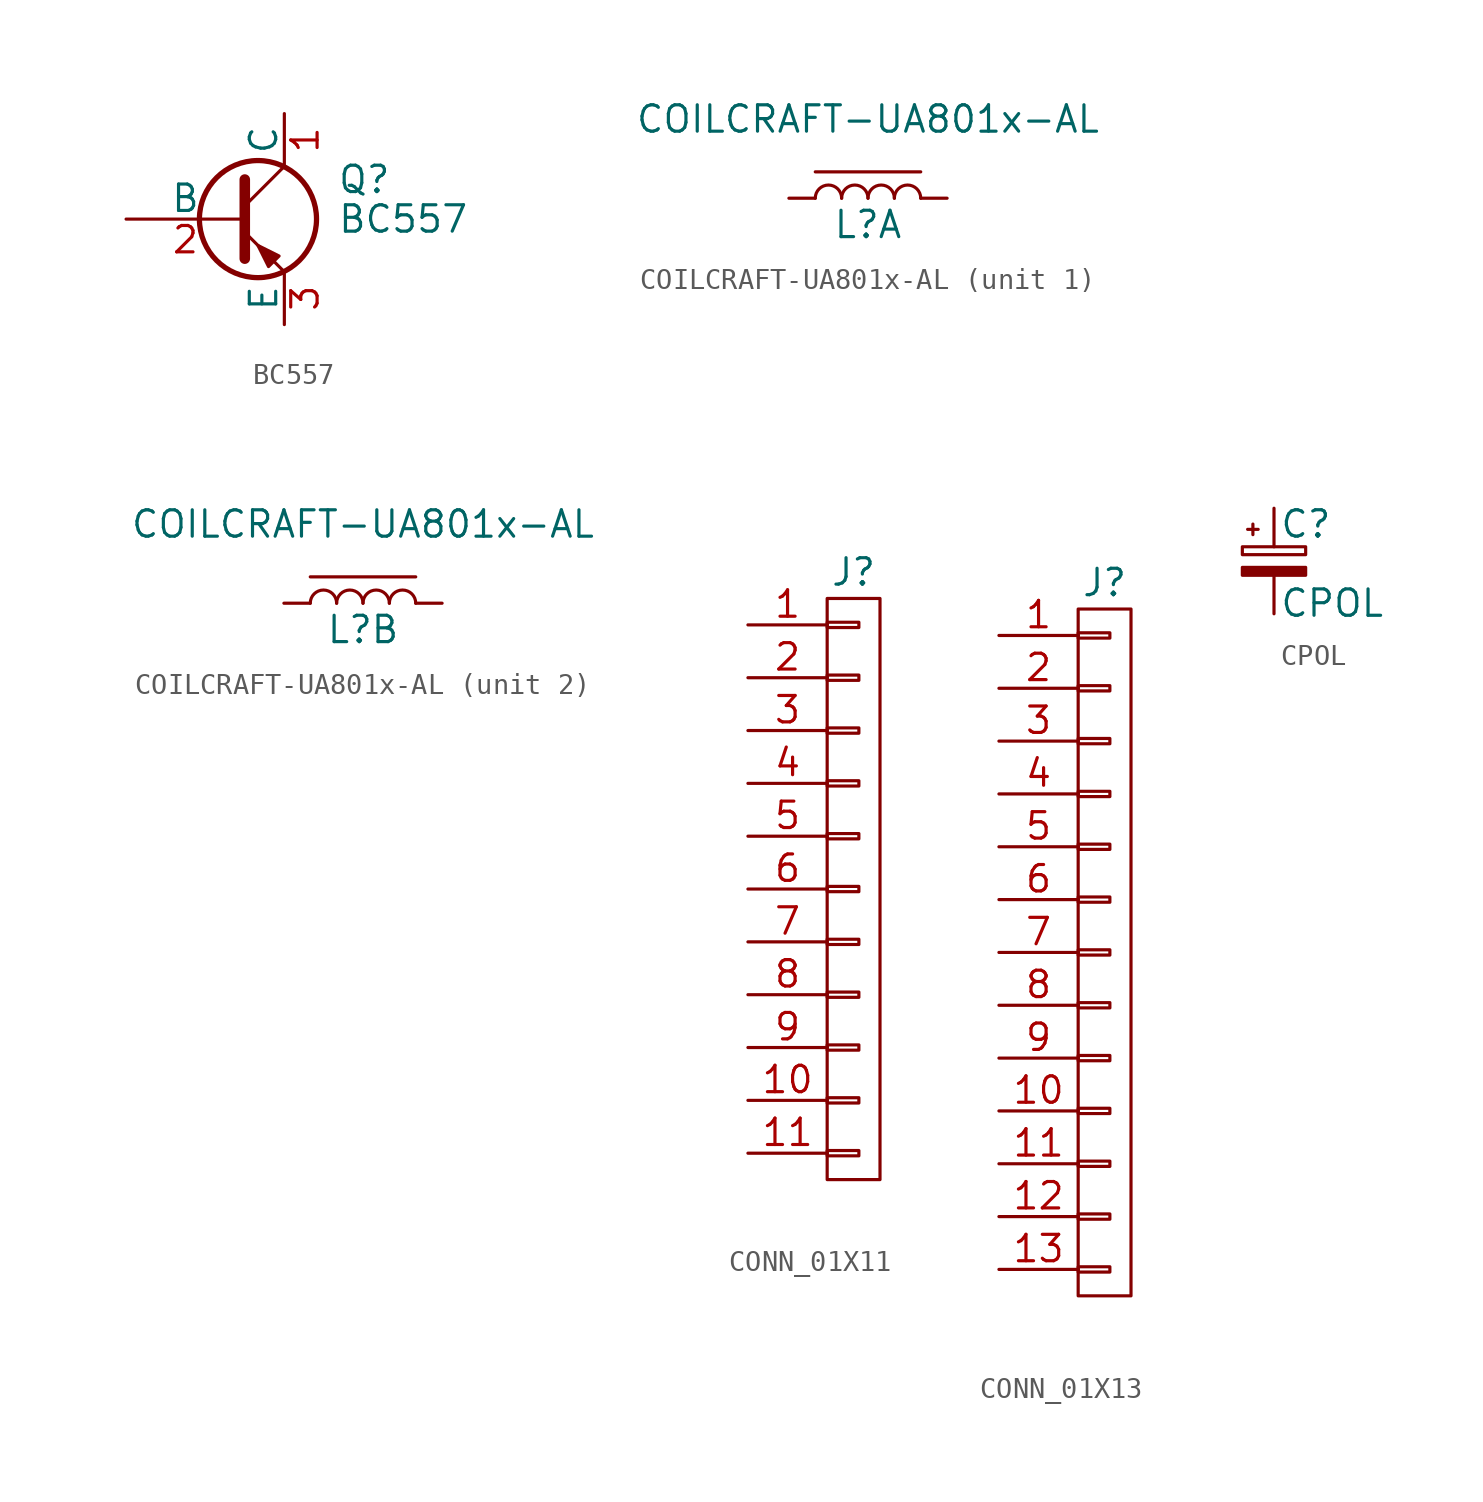
<source format=kicad_sym>
(kicad_symbol_lib
  (version 20211014)
  (generator kicad_symbol_editor)
  (symbol "BC557"
    (pin_names
      (offset 0))
    (property "Reference" "Q"
      (at 5.08 1.905 0)
      (effects (font (size 1.27 1.27)) (justify left)))
    (property "Value" "BC557"
      (at 5.08 0 0)
      (effects (font (size 1.27 1.27)) (justify left)))
    (symbol "BC557_0_1"
      (polyline (pts (xy 0.635 0.635) (xy 2.54 2.54)) (stroke (width 0) (type default) (color 0 0 0 0)) (fill (type none)))
      (polyline (pts (xy 0.635 -0.635) (xy 2.54 -2.54) (xy 2.54 -2.54)) (stroke (width 0) (type default) (color 0 0 0 0)) (fill (type none)))
      (polyline (pts (xy 0.635 1.905) (xy 0.635 -1.905) (xy 0.635 -1.905)) (stroke (width 0.508) (type default) (color 0 0 0 0)) (fill (type none)))
      (polyline (pts (xy 2.286 -1.778) (xy 1.778 -2.286) (xy 1.27 -1.27) (xy 2.286 -1.778) (xy 2.286 -1.778)) (stroke (width 0) (type default) (color 0 0 0 0)) (fill (type outline)))
      (circle (center 1.27 0) (radius 2.819) (stroke (width 0.254) (type default) (color 0 0 0 0)) (fill (type none))))
    (symbol "BC557_1_1"
      (pin passive line (at 2.54 5.08 270) (length 2.54) (name "C" (effects (font (size 1.27 1.27)))) (number "1" (effects (font (size 1.27 1.27)))))
      (pin input line (at -5.08 0 0) (length 5.715) (name "B" (effects (font (size 1.27 1.27)))) (number "2" (effects (font (size 1.27 1.27)))))
      (pin passive line (at 2.54 -5.08 90) (length 2.54) (name "E" (effects (font (size 1.27 1.27)))) (number "3" (effects (font (size 1.27 1.27)))))))
  (symbol "COILCRAFT-UA801x-AL"
    (pin_numbers hide)
    (pin_names
      (offset 1.016))
    (property "Reference" "L"
      (at 0 -1.27 0)
      (effects (font (size 1.27 1.27))))
    (property "Value" "COILCRAFT-UA801x-AL"
      (at 0 3.81 0)
      (effects (font (size 1.27 1.27))))
    (symbol "COILCRAFT-UA801x-AL_0_1"
      (polyline (pts (xy -2.54 1.27) (xy 2.54 1.27)) (stroke (width 0) (type default) (color 0 0 0 0)) (fill (type none))))
    (symbol "COILCRAFT-UA801x-AL_1_1"
      (arc (start -1.27 0) (mid -1.905 0.635) (end -2.54 0) (stroke (width 0) (type default) (color 0 0 0 0)) (fill (type none)))
      (arc (start 0 0) (mid -0.635 0.635) (end -1.27 0) (stroke (width 0) (type default) (color 0 0 0 0)) (fill (type none)))
      (arc (start 1.27 0) (mid 0.635 0.635) (end 0 0) (stroke (width 0) (type default) (color 0 0 0 0)) (fill (type none)))
      (arc (start 2.54 0) (mid 1.905 0.635) (end 1.27 0) (stroke (width 0) (type default) (color 0 0 0 0)) (fill (type none)))
      (pin passive line (at -3.81 0 0) (length 1.27) (name "~" (effects (font (size 1.27 1.27)))) (number "1" (effects (font (size 1.27 1.27)))))
      (pin passive line (at 3.81 0 180) (length 1.27) (name "~" (effects (font (size 1.27 1.27)))) (number "2" (effects (font (size 1.27 1.27))))))
    (symbol "COILCRAFT-UA801x-AL_2_1"
      (arc (start -1.27 0) (mid -1.905 0.635) (end -2.54 0) (stroke (width 0) (type default) (color 0 0 0 0)) (fill (type none)))
      (arc (start 0 0) (mid -0.635 0.635) (end -1.27 0) (stroke (width 0) (type default) (color 0 0 0 0)) (fill (type none)))
      (arc (start 1.27 0) (mid 0.635 0.635) (end 0 0) (stroke (width 0) (type default) (color 0 0 0 0)) (fill (type none)))
      (arc (start 2.54 0) (mid 1.905 0.635) (end 1.27 0) (stroke (width 0) (type default) (color 0 0 0 0)) (fill (type none)))
      (pin passive line (at -3.81 0 0) (length 1.27) (name "~" (effects (font (size 1.27 1.27)))) (number "3" (effects (font (size 1.27 1.27)))))
      (pin passive line (at 3.81 0 180) (length 1.27) (name "~" (effects (font (size 1.27 1.27)))) (number "4" (effects (font (size 1.27 1.27)))))))
  (symbol "CONN_01X11"
    (pin_names
      (offset 1.016) hide)
    (property "Reference" "J"
      (at 0 15.24 0)
      (effects (font (size 1.27 1.27))))
    (symbol "CONN_01X11_0_1"
      (rectangle (start -1.27 5.207) (end 0.254 4.953) (stroke (width 0) (type default) (color 0 0 0 0)) (fill (type none)))
      (rectangle (start -1.27 7.747) (end 0.254 7.493) (stroke (width 0) (type default) (color 0 0 0 0)) (fill (type none)))
      (rectangle (start -1.27 13.97) (end 1.27 -13.97) (stroke (width 0) (type default) (color 0 0 0 0)) (fill (type none))))
    (symbol "CONN_01X11_1_1"
      (rectangle (start -1.27 -12.573) (end 0.254 -12.827) (stroke (width 0) (type default) (color 0 0 0 0)) (fill (type none)))
      (rectangle (start -1.27 -10.033) (end 0.254 -10.287) (stroke (width 0) (type default) (color 0 0 0 0)) (fill (type none)))
      (rectangle (start -1.27 -7.493) (end 0.254 -7.747) (stroke (width 0) (type default) (color 0 0 0 0)) (fill (type none)))
      (rectangle (start -1.27 -4.953) (end 0.254 -5.207) (stroke (width 0) (type default) (color 0 0 0 0)) (fill (type none)))
      (rectangle (start -1.27 -2.413) (end 0.254 -2.667) (stroke (width 0) (type default) (color 0 0 0 0)) (fill (type none)))
      (rectangle (start -1.27 0.127) (end 0.254 -0.127) (stroke (width 0) (type default) (color 0 0 0 0)) (fill (type none)))
      (rectangle (start -1.27 2.667) (end 0.254 2.413) (stroke (width 0) (type default) (color 0 0 0 0)) (fill (type none)))
      (rectangle (start -1.27 10.287) (end 0.254 10.033) (stroke (width 0) (type default) (color 0 0 0 0)) (fill (type none)))
      (rectangle (start -1.27 12.827) (end 0.254 12.573) (stroke (width 0) (type default) (color 0 0 0 0)) (fill (type none)))
      (pin passive line (at -5.08 12.7 0) (length 3.81) (name "P1" (effects (font (size 1.27 1.27)))) (number "1" (effects (font (size 1.27 1.27)))))
      (pin passive line (at -5.08 -10.16 0) (length 3.81) (name "~" (effects (font (size 1.27 1.27)))) (number "10" (effects (font (size 1.27 1.27)))))
      (pin passive line (at -5.08 -12.7 0) (length 3.81) (name "~" (effects (font (size 1.27 1.27)))) (number "11" (effects (font (size 1.27 1.27)))))
      (pin passive line (at -5.08 10.16 0) (length 3.81) (name "P2" (effects (font (size 1.27 1.27)))) (number "2" (effects (font (size 1.27 1.27)))))
      (pin passive line (at -5.08 7.62 0) (length 3.81) (name "~" (effects (font (size 1.27 1.27)))) (number "3" (effects (font (size 1.27 1.27)))))
      (pin passive line (at -5.08 5.08 0) (length 3.81) (name "~" (effects (font (size 1.27 1.27)))) (number "4" (effects (font (size 1.27 1.27)))))
      (pin passive line (at -5.08 2.54 0) (length 3.81) (name "~" (effects (font (size 1.27 1.27)))) (number "5" (effects (font (size 1.27 1.27)))))
      (pin passive line (at -5.08 0 0) (length 3.81) (name "~" (effects (font (size 1.27 1.27)))) (number "6" (effects (font (size 1.27 1.27)))))
      (pin passive line (at -5.08 -2.54 0) (length 3.81) (name "~" (effects (font (size 1.27 1.27)))) (number "7" (effects (font (size 1.27 1.27)))))
      (pin passive line (at -5.08 -5.08 0) (length 3.81) (name "~" (effects (font (size 1.27 1.27)))) (number "8" (effects (font (size 1.27 1.27)))))
      (pin passive line (at -5.08 -7.62 0) (length 3.81) (name "~" (effects (font (size 1.27 1.27)))) (number "9" (effects (font (size 1.27 1.27)))))))
  (symbol "CONN_01X13"
    (pin_names
      (offset 1.016) hide)
    (property "Reference" "J"
      (at 0 17.78 0)
      (effects (font (size 1.27 1.27))))
    (symbol "CONN_01X13_0_1"
      (rectangle (start -1.27 7.747) (end 0.254 7.493) (stroke (width 0) (type default) (color 0 0 0 0)) (fill (type none)))
      (rectangle (start -1.27 10.287) (end 0.254 10.033) (stroke (width 0) (type default) (color 0 0 0 0)) (fill (type none)))
      (rectangle (start -1.27 16.51) (end 1.27 -16.51) (stroke (width 0) (type default) (color 0 0 0 0)) (fill (type none))))
    (symbol "CONN_01X13_1_1"
      (rectangle (start -1.27 -15.113) (end 0.254 -15.367) (stroke (width 0) (type default) (color 0 0 0 0)) (fill (type none)))
      (rectangle (start -1.27 -12.573) (end 0.254 -12.827) (stroke (width 0) (type default) (color 0 0 0 0)) (fill (type none)))
      (rectangle (start -1.27 -10.033) (end 0.254 -10.287) (stroke (width 0) (type default) (color 0 0 0 0)) (fill (type none)))
      (rectangle (start -1.27 -7.493) (end 0.254 -7.747) (stroke (width 0) (type default) (color 0 0 0 0)) (fill (type none)))
      (rectangle (start -1.27 -4.953) (end 0.254 -5.207) (stroke (width 0) (type default) (color 0 0 0 0)) (fill (type none)))
      (rectangle (start -1.27 -2.413) (end 0.254 -2.667) (stroke (width 0) (type default) (color 0 0 0 0)) (fill (type none)))
      (rectangle (start -1.27 0.127) (end 0.254 -0.127) (stroke (width 0) (type default) (color 0 0 0 0)) (fill (type none)))
      (rectangle (start -1.27 2.667) (end 0.254 2.413) (stroke (width 0) (type default) (color 0 0 0 0)) (fill (type none)))
      (rectangle (start -1.27 5.207) (end 0.254 4.953) (stroke (width 0) (type default) (color 0 0 0 0)) (fill (type none)))
      (rectangle (start -1.27 12.827) (end 0.254 12.573) (stroke (width 0) (type default) (color 0 0 0 0)) (fill (type none)))
      (rectangle (start -1.27 15.367) (end 0.254 15.113) (stroke (width 0) (type default) (color 0 0 0 0)) (fill (type none)))
      (pin passive line (at -5.08 15.24 0) (length 3.81) (name "P1" (effects (font (size 1.27 1.27)))) (number "1" (effects (font (size 1.27 1.27)))))
      (pin passive line (at -5.08 -7.62 0) (length 3.81) (name "~" (effects (font (size 1.27 1.27)))) (number "10" (effects (font (size 1.27 1.27)))))
      (pin passive line (at -5.08 -10.16 0) (length 3.81) (name "~" (effects (font (size 1.27 1.27)))) (number "11" (effects (font (size 1.27 1.27)))))
      (pin passive line (at -5.08 -12.7 0) (length 3.81) (name "~" (effects (font (size 1.27 1.27)))) (number "12" (effects (font (size 1.27 1.27)))))
      (pin passive line (at -5.08 -15.24 0) (length 3.81) (name "~" (effects (font (size 1.27 1.27)))) (number "13" (effects (font (size 1.27 1.27)))))
      (pin passive line (at -5.08 12.7 0) (length 3.81) (name "P2" (effects (font (size 1.27 1.27)))) (number "2" (effects (font (size 1.27 1.27)))))
      (pin passive line (at -5.08 10.16 0) (length 3.81) (name "~" (effects (font (size 1.27 1.27)))) (number "3" (effects (font (size 1.27 1.27)))))
      (pin passive line (at -5.08 7.62 0) (length 3.81) (name "~" (effects (font (size 1.27 1.27)))) (number "4" (effects (font (size 1.27 1.27)))))
      (pin passive line (at -5.08 5.08 0) (length 3.81) (name "~" (effects (font (size 1.27 1.27)))) (number "5" (effects (font (size 1.27 1.27)))))
      (pin passive line (at -5.08 2.54 0) (length 3.81) (name "~" (effects (font (size 1.27 1.27)))) (number "6" (effects (font (size 1.27 1.27)))))
      (pin passive line (at -5.08 0 0) (length 3.81) (name "~" (effects (font (size 1.27 1.27)))) (number "7" (effects (font (size 1.27 1.27)))))
      (pin passive line (at -5.08 -2.54 0) (length 3.81) (name "~" (effects (font (size 1.27 1.27)))) (number "8" (effects (font (size 1.27 1.27)))))
      (pin passive line (at -5.08 -5.08 0) (length 3.81) (name "~" (effects (font (size 1.27 1.27)))) (number "9" (effects (font (size 1.27 1.27)))))))
  (symbol "CPOL"
    (pin_numbers hide)
    (pin_names
      (offset 0.254) hide)
    (property "Reference" "C"
      (at 0.254 1.778 0)
      (effects (font (size 1.27 1.27)) (justify left)))
    (property "Value" "CPOL"
      (at 0.254 -2.032 0)
      (effects (font (size 1.27 1.27)) (justify left)))
    (symbol "CPOL_0_1"
      (rectangle (start -1.524 -0.305) (end 1.524 -0.686) (stroke (width 0) (type default) (color 0 0 0 0)) (fill (type outline)))
      (rectangle (start -1.524 0.686) (end 1.524 0.305) (stroke (width 0) (type default) (color 0 0 0 0)) (fill (type none)))
      (polyline (pts (xy -1.27 1.524) (xy -0.762 1.524)) (stroke (width 0) (type default) (color 0 0 0 0)) (fill (type none)))
      (polyline (pts (xy -1.016 1.27) (xy -1.016 1.778)) (stroke (width 0) (type default) (color 0 0 0 0)) (fill (type none))))
    (symbol "CPOL_1_1"
      (pin passive line (at 0 2.54 270) (length 1.854) (name "~" (effects (font (size 1.27 1.27)))) (number "1" (effects (font (size 1.27 1.27)))))
      (pin passive line (at 0 -2.54 90) (length 1.854) (name "~" (effects (font (size 1.27 1.27)))) (number "2" (effects (font (size 1.27 1.27))))))))
</source>
